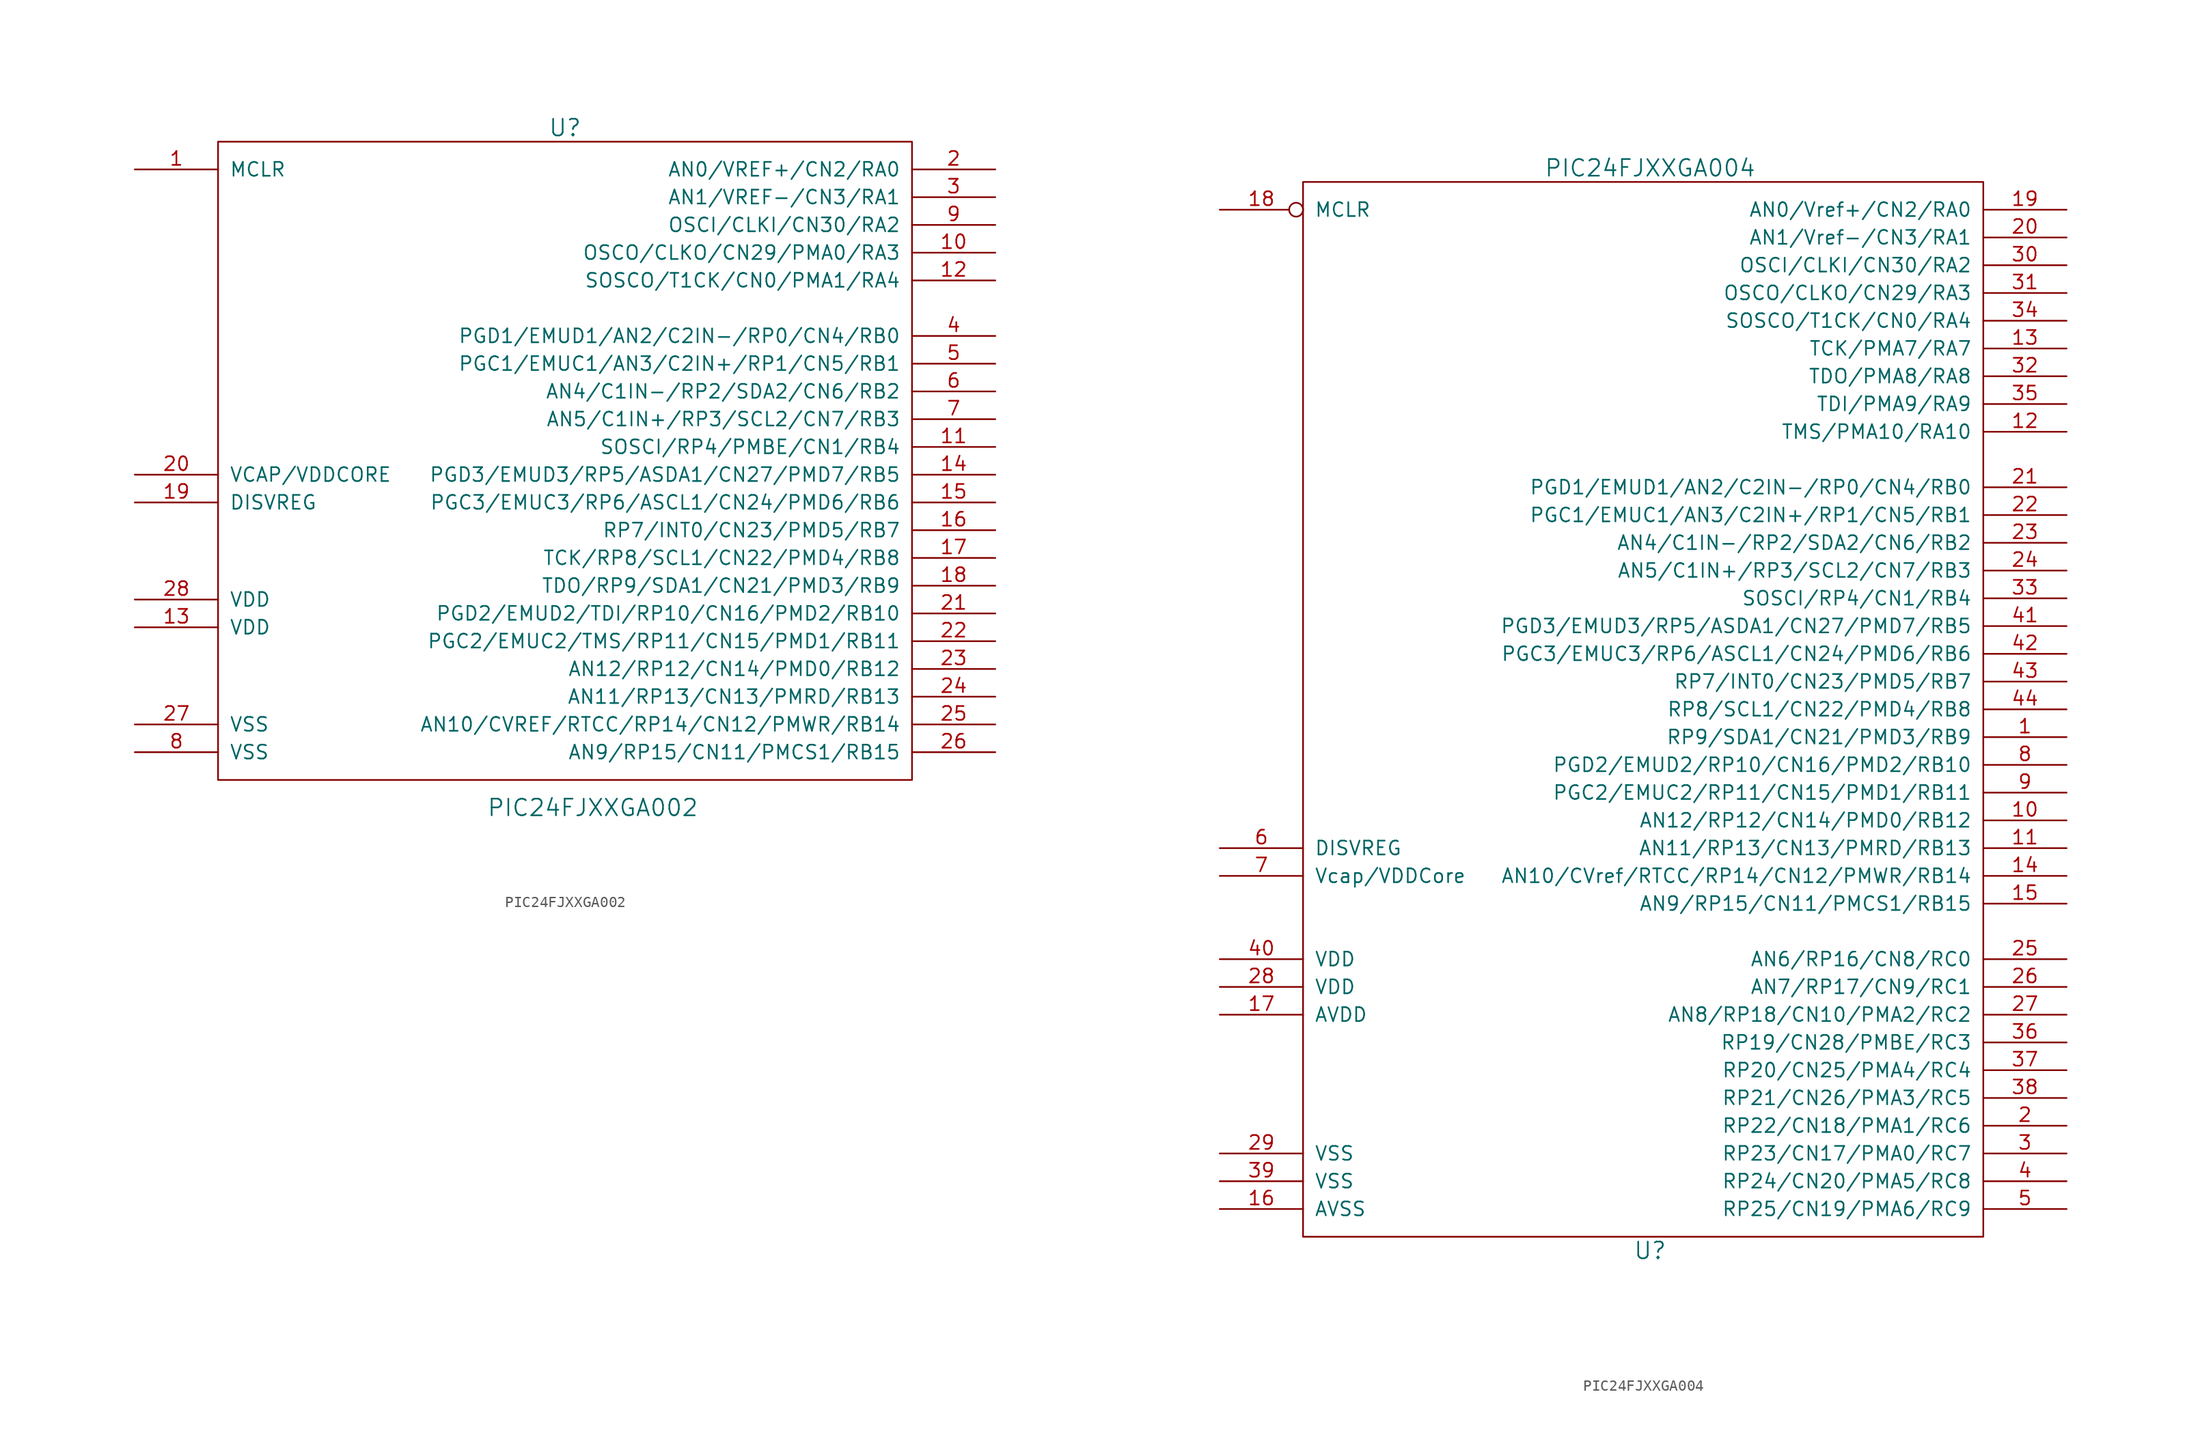
<source format=kicad_sym>
(kicad_symbol_lib
  (version 20220914)
  (generator kicad_symbol_editor)
  (symbol "PIC24FJXXGA002"
    (pin_names
      (offset 1.016))
    (property "Reference" "U"
      (at 0 30.48 0)
      (effects (font (size 1.524 1.524))))
    (property "Value" "PIC24FJXXGA002"
      (at 2.54 -31.75 0)
      (effects (font (size 1.524 1.524))))
    (property "Footprint" ""
      (at 0 0 0)
      (effects (font (size 1.524 1.524))))
    (property "Datasheet" ""
      (at 0 0 0)
      (effects (font (size 1.524 1.524))))
    (symbol "PIC24FJXXGA002_0_1"
      (rectangle (start -31.75 29.21) (end 31.75 -29.21) (stroke (width 0) (type solid)) (fill (type none))))
    (symbol "PIC24FJXXGA002_1_1"
      (pin input line (at -39.37 26.67 0) (length 7.62) (name "MCLR" (effects (font (size 1.27 1.27)))) (number "1" (effects (font (size 1.27 1.27)))))
      (pin bidirectional line (at 39.37 19.05 180) (length 7.62) (name "OSCO/CLKO/CN29/PMA0/RA3" (effects (font (size 1.27 1.27)))) (number "10" (effects (font (size 1.27 1.27)))))
      (pin bidirectional line (at 39.37 1.27 180) (length 7.62) (name "SOSCI/RP4/PMBE/CN1/RB4" (effects (font (size 1.27 1.27)))) (number "11" (effects (font (size 1.27 1.27)))))
      (pin bidirectional line (at 39.37 16.51 180) (length 7.62) (name "SOSCO/T1CK/CN0/PMA1/RA4" (effects (font (size 1.27 1.27)))) (number "12" (effects (font (size 1.27 1.27)))))
      (pin power_in line (at -39.37 -15.24 0) (length 7.62) (name "VDD" (effects (font (size 1.27 1.27)))) (number "13" (effects (font (size 1.27 1.27)))))
      (pin bidirectional line (at 39.37 -1.27 180) (length 7.62) (name "PGD3/EMUD3/RP5/ASDA1/CN27/PMD7/RB5" (effects (font (size 1.27 1.27)))) (number "14" (effects (font (size 1.27 1.27)))))
      (pin input line (at 39.37 -3.81 180) (length 7.62) (name "PGC3/EMUC3/RP6/ASCL1/CN24/PMD6/RB6" (effects (font (size 1.27 1.27)))) (number "15" (effects (font (size 1.27 1.27)))))
      (pin bidirectional line (at 39.37 -6.35 180) (length 7.62) (name "RP7/INT0/CN23/PMD5/RB7" (effects (font (size 1.27 1.27)))) (number "16" (effects (font (size 1.27 1.27)))))
      (pin input line (at 39.37 -8.89 180) (length 7.62) (name "TCK/RP8/SCL1/CN22/PMD4/RB8" (effects (font (size 1.27 1.27)))) (number "17" (effects (font (size 1.27 1.27)))))
      (pin input line (at 39.37 -11.43 180) (length 7.62) (name "TDO/RP9/SDA1/CN21/PMD3/RB9" (effects (font (size 1.27 1.27)))) (number "18" (effects (font (size 1.27 1.27)))))
      (pin input line (at -39.37 -3.81 0) (length 7.62) (name "DISVREG" (effects (font (size 1.27 1.27)))) (number "19" (effects (font (size 1.27 1.27)))))
      (pin bidirectional line (at 39.37 26.67 180) (length 7.62) (name "AN0/VREF+/CN2/RA0" (effects (font (size 1.27 1.27)))) (number "2" (effects (font (size 1.27 1.27)))))
      (pin bidirectional line (at -39.37 -1.27 0) (length 7.62) (name "VCAP/VDDCORE" (effects (font (size 1.27 1.27)))) (number "20" (effects (font (size 1.27 1.27)))))
      (pin bidirectional line (at 39.37 -13.97 180) (length 7.62) (name "PGD2/EMUD2/TDI/RP10/CN16/PMD2/RB10" (effects (font (size 1.27 1.27)))) (number "21" (effects (font (size 1.27 1.27)))))
      (pin bidirectional line (at 39.37 -16.51 180) (length 7.62) (name "PGC2/EMUC2/TMS/RP11/CN15/PMD1/RB11" (effects (font (size 1.27 1.27)))) (number "22" (effects (font (size 1.27 1.27)))))
      (pin bidirectional line (at 39.37 -19.05 180) (length 7.62) (name "AN12/RP12/CN14/PMD0/RB12" (effects (font (size 1.27 1.27)))) (number "23" (effects (font (size 1.27 1.27)))))
      (pin bidirectional line (at 39.37 -21.59 180) (length 7.62) (name "AN11/RP13/CN13/PMRD/RB13" (effects (font (size 1.27 1.27)))) (number "24" (effects (font (size 1.27 1.27)))))
      (pin bidirectional line (at 39.37 -24.13 180) (length 7.62) (name "AN10/CVREF/RTCC/RP14/CN12/PMWR/RB14" (effects (font (size 1.27 1.27)))) (number "25" (effects (font (size 1.27 1.27)))))
      (pin bidirectional line (at 39.37 -26.67 180) (length 7.62) (name "AN9/RP15/CN11/PMCS1/RB15" (effects (font (size 1.27 1.27)))) (number "26" (effects (font (size 1.27 1.27)))))
      (pin power_in line (at -39.37 -24.13 0) (length 7.62) (name "VSS" (effects (font (size 1.27 1.27)))) (number "27" (effects (font (size 1.27 1.27)))))
      (pin power_in line (at -39.37 -12.7 0) (length 7.62) (name "VDD" (effects (font (size 1.27 1.27)))) (number "28" (effects (font (size 1.27 1.27)))))
      (pin bidirectional line (at 39.37 24.13 180) (length 7.62) (name "AN1/VREF-/CN3/RA1" (effects (font (size 1.27 1.27)))) (number "3" (effects (font (size 1.27 1.27)))))
      (pin bidirectional line (at 39.37 11.43 180) (length 7.62) (name "PGD1/EMUD1/AN2/C2IN-/RP0/CN4/RB0" (effects (font (size 1.27 1.27)))) (number "4" (effects (font (size 1.27 1.27)))))
      (pin bidirectional line (at 39.37 8.89 180) (length 7.62) (name "PGC1/EMUC1/AN3/C2IN+/RP1/CN5/RB1" (effects (font (size 1.27 1.27)))) (number "5" (effects (font (size 1.27 1.27)))))
      (pin bidirectional line (at 39.37 6.35 180) (length 7.62) (name "AN4/C1IN-/RP2/SDA2/CN6/RB2" (effects (font (size 1.27 1.27)))) (number "6" (effects (font (size 1.27 1.27)))))
      (pin bidirectional line (at 39.37 3.81 180) (length 7.62) (name "AN5/C1IN+/RP3/SCL2/CN7/RB3" (effects (font (size 1.27 1.27)))) (number "7" (effects (font (size 1.27 1.27)))))
      (pin power_in line (at -39.37 -26.67 0) (length 7.62) (name "VSS" (effects (font (size 1.27 1.27)))) (number "8" (effects (font (size 1.27 1.27)))))
      (pin bidirectional line (at 39.37 21.59 180) (length 7.62) (name "OSCI/CLKI/CN30/RA2" (effects (font (size 1.27 1.27)))) (number "9" (effects (font (size 1.27 1.27)))))))
  (symbol "PIC24FJXXGA004"
    (pin_names
      (offset 1.016))
    (property "Reference" "U"
      (at 0 -49.53 0)
      (effects (font (size 1.524 1.524))))
    (property "Value" "PIC24FJXXGA004"
      (at 0 49.53 0)
      (effects (font (size 1.524 1.524))))
    (property "Footprint" ""
      (at 0 0 0)
      (effects (font (size 1.524 1.524))))
    (property "Datasheet" ""
      (at 0 0 0)
      (effects (font (size 1.524 1.524))))
    (symbol "PIC24FJXXGA004_0_1"
      (rectangle (start 30.48 48.26) (end -31.75 -48.26) (stroke (width 0) (type solid)) (fill (type none))))
    (symbol "PIC24FJXXGA004_1_1"
      (pin bidirectional line (at 38.1 -2.54 180) (length 7.62) (name "RP9/SDA1/CN21/PMD3/RB9" (effects (font (size 1.27 1.27)))) (number "1" (effects (font (size 1.27 1.27)))))
      (pin bidirectional line (at 38.1 -10.16 180) (length 7.62) (name "AN12/RP12/CN14/PMD0/RB12" (effects (font (size 1.27 1.27)))) (number "10" (effects (font (size 1.27 1.27)))))
      (pin bidirectional line (at 38.1 -12.7 180) (length 7.62) (name "AN11/RP13/CN13/PMRD/RB13" (effects (font (size 1.27 1.27)))) (number "11" (effects (font (size 1.27 1.27)))))
      (pin bidirectional line (at 38.1 25.4 180) (length 7.62) (name "TMS/PMA10/RA10" (effects (font (size 1.27 1.27)))) (number "12" (effects (font (size 1.27 1.27)))))
      (pin bidirectional line (at 38.1 33.02 180) (length 7.62) (name "TCK/PMA7/RA7" (effects (font (size 1.27 1.27)))) (number "13" (effects (font (size 1.27 1.27)))))
      (pin bidirectional line (at 38.1 -15.24 180) (length 7.62) (name "AN10/CVref/RTCC/RP14/CN12/PMWR/RB14" (effects (font (size 1.27 1.27)))) (number "14" (effects (font (size 1.27 1.27)))))
      (pin bidirectional line (at 38.1 -17.78 180) (length 7.62) (name "AN9/RP15/CN11/PMCS1/RB15" (effects (font (size 1.27 1.27)))) (number "15" (effects (font (size 1.27 1.27)))))
      (pin power_in line (at -39.37 -45.72 0) (length 7.62) (name "AVSS" (effects (font (size 1.27 1.27)))) (number "16" (effects (font (size 1.27 1.27)))))
      (pin power_in line (at -39.37 -27.94 0) (length 7.62) (name "AVDD" (effects (font (size 1.27 1.27)))) (number "17" (effects (font (size 1.27 1.27)))))
      (pin input inverted (at -39.37 45.72 0) (length 7.62) (name "MCLR" (effects (font (size 1.27 1.27)))) (number "18" (effects (font (size 1.27 1.27)))))
      (pin bidirectional line (at 38.1 45.72 180) (length 7.62) (name "AN0/Vref+/CN2/RA0" (effects (font (size 1.27 1.27)))) (number "19" (effects (font (size 1.27 1.27)))))
      (pin bidirectional line (at 38.1 -38.1 180) (length 7.62) (name "RP22/CN18/PMA1/RC6" (effects (font (size 1.27 1.27)))) (number "2" (effects (font (size 1.27 1.27)))))
      (pin bidirectional line (at 38.1 43.18 180) (length 7.62) (name "AN1/Vref-/CN3/RA1" (effects (font (size 1.27 1.27)))) (number "20" (effects (font (size 1.27 1.27)))))
      (pin bidirectional line (at 38.1 20.32 180) (length 7.62) (name "PGD1/EMUD1/AN2/C2IN-/RP0/CN4/RB0" (effects (font (size 1.27 1.27)))) (number "21" (effects (font (size 1.27 1.27)))))
      (pin bidirectional line (at 38.1 17.78 180) (length 7.62) (name "PGC1/EMUC1/AN3/C2IN+/RP1/CN5/RB1" (effects (font (size 1.27 1.27)))) (number "22" (effects (font (size 1.27 1.27)))))
      (pin bidirectional line (at 38.1 15.24 180) (length 7.62) (name "AN4/C1IN-/RP2/SDA2/CN6/RB2" (effects (font (size 1.27 1.27)))) (number "23" (effects (font (size 1.27 1.27)))))
      (pin bidirectional line (at 38.1 12.7 180) (length 7.62) (name "AN5/C1IN+/RP3/SCL2/CN7/RB3" (effects (font (size 1.27 1.27)))) (number "24" (effects (font (size 1.27 1.27)))))
      (pin bidirectional line (at 38.1 -22.86 180) (length 7.62) (name "AN6/RP16/CN8/RC0" (effects (font (size 1.27 1.27)))) (number "25" (effects (font (size 1.27 1.27)))))
      (pin bidirectional line (at 38.1 -25.4 180) (length 7.62) (name "AN7/RP17/CN9/RC1" (effects (font (size 1.27 1.27)))) (number "26" (effects (font (size 1.27 1.27)))))
      (pin bidirectional line (at 38.1 -27.94 180) (length 7.62) (name "AN8/RP18/CN10/PMA2/RC2" (effects (font (size 1.27 1.27)))) (number "27" (effects (font (size 1.27 1.27)))))
      (pin power_in line (at -39.37 -25.4 0) (length 7.62) (name "VDD" (effects (font (size 1.27 1.27)))) (number "28" (effects (font (size 1.27 1.27)))))
      (pin power_in line (at -39.37 -40.64 0) (length 7.62) (name "VSS" (effects (font (size 1.27 1.27)))) (number "29" (effects (font (size 1.27 1.27)))))
      (pin bidirectional line (at 38.1 -40.64 180) (length 7.62) (name "RP23/CN17/PMA0/RC7" (effects (font (size 1.27 1.27)))) (number "3" (effects (font (size 1.27 1.27)))))
      (pin bidirectional line (at 38.1 40.64 180) (length 7.62) (name "OSCI/CLKI/CN30/RA2" (effects (font (size 1.27 1.27)))) (number "30" (effects (font (size 1.27 1.27)))))
      (pin bidirectional line (at 38.1 38.1 180) (length 7.62) (name "OSCO/CLKO/CN29/RA3" (effects (font (size 1.27 1.27)))) (number "31" (effects (font (size 1.27 1.27)))))
      (pin bidirectional line (at 38.1 30.48 180) (length 7.62) (name "TDO/PMA8/RA8" (effects (font (size 1.27 1.27)))) (number "32" (effects (font (size 1.27 1.27)))))
      (pin bidirectional line (at 38.1 10.16 180) (length 7.62) (name "SOSCI/RP4/CN1/RB4" (effects (font (size 1.27 1.27)))) (number "33" (effects (font (size 1.27 1.27)))))
      (pin bidirectional line (at 38.1 35.56 180) (length 7.62) (name "SOSCO/T1CK/CN0/RA4" (effects (font (size 1.27 1.27)))) (number "34" (effects (font (size 1.27 1.27)))))
      (pin bidirectional line (at 38.1 27.94 180) (length 7.62) (name "TDI/PMA9/RA9" (effects (font (size 1.27 1.27)))) (number "35" (effects (font (size 1.27 1.27)))))
      (pin bidirectional line (at 38.1 -30.48 180) (length 7.62) (name "RP19/CN28/PMBE/RC3" (effects (font (size 1.27 1.27)))) (number "36" (effects (font (size 1.27 1.27)))))
      (pin bidirectional line (at 38.1 -33.02 180) (length 7.62) (name "RP20/CN25/PMA4/RC4" (effects (font (size 1.27 1.27)))) (number "37" (effects (font (size 1.27 1.27)))))
      (pin bidirectional line (at 38.1 -35.56 180) (length 7.62) (name "RP21/CN26/PMA3/RC5" (effects (font (size 1.27 1.27)))) (number "38" (effects (font (size 1.27 1.27)))))
      (pin power_in line (at -39.37 -43.18 0) (length 7.62) (name "VSS" (effects (font (size 1.27 1.27)))) (number "39" (effects (font (size 1.27 1.27)))))
      (pin bidirectional line (at 38.1 -43.18 180) (length 7.62) (name "RP24/CN20/PMA5/RC8" (effects (font (size 1.27 1.27)))) (number "4" (effects (font (size 1.27 1.27)))))
      (pin power_in line (at -39.37 -22.86 0) (length 7.62) (name "VDD" (effects (font (size 1.27 1.27)))) (number "40" (effects (font (size 1.27 1.27)))))
      (pin bidirectional line (at 38.1 7.62 180) (length 7.62) (name "PGD3/EMUD3/RP5/ASDA1/CN27/PMD7/RB5" (effects (font (size 1.27 1.27)))) (number "41" (effects (font (size 1.27 1.27)))))
      (pin bidirectional line (at 38.1 5.08 180) (length 7.62) (name "PGC3/EMUC3/RP6/ASCL1/CN24/PMD6/RB6" (effects (font (size 1.27 1.27)))) (number "42" (effects (font (size 1.27 1.27)))))
      (pin bidirectional line (at 38.1 2.54 180) (length 7.62) (name "RP7/INT0/CN23/PMD5/RB7" (effects (font (size 1.27 1.27)))) (number "43" (effects (font (size 1.27 1.27)))))
      (pin bidirectional line (at 38.1 0 180) (length 7.62) (name "RP8/SCL1/CN22/PMD4/RB8" (effects (font (size 1.27 1.27)))) (number "44" (effects (font (size 1.27 1.27)))))
      (pin bidirectional line (at 38.1 -45.72 180) (length 7.62) (name "RP25/CN19/PMA6/RC9" (effects (font (size 1.27 1.27)))) (number "5" (effects (font (size 1.27 1.27)))))
      (pin input line (at -39.37 -12.7 0) (length 7.62) (name "DISVREG" (effects (font (size 1.27 1.27)))) (number "6" (effects (font (size 1.27 1.27)))))
      (pin output line (at -39.37 -15.24 0) (length 7.62) (name "Vcap/VDDCore" (effects (font (size 1.27 1.27)))) (number "7" (effects (font (size 1.27 1.27)))))
      (pin bidirectional line (at 38.1 -5.08 180) (length 7.62) (name "PGD2/EMUD2/RP10/CN16/PMD2/RB10" (effects (font (size 1.27 1.27)))) (number "8" (effects (font (size 1.27 1.27)))))
      (pin bidirectional line (at 38.1 -7.62 180) (length 7.62) (name "PGC2/EMUC2/RP11/CN15/PMD1/RB11" (effects (font (size 1.27 1.27)))) (number "9" (effects (font (size 1.27 1.27))))))))
</source>
